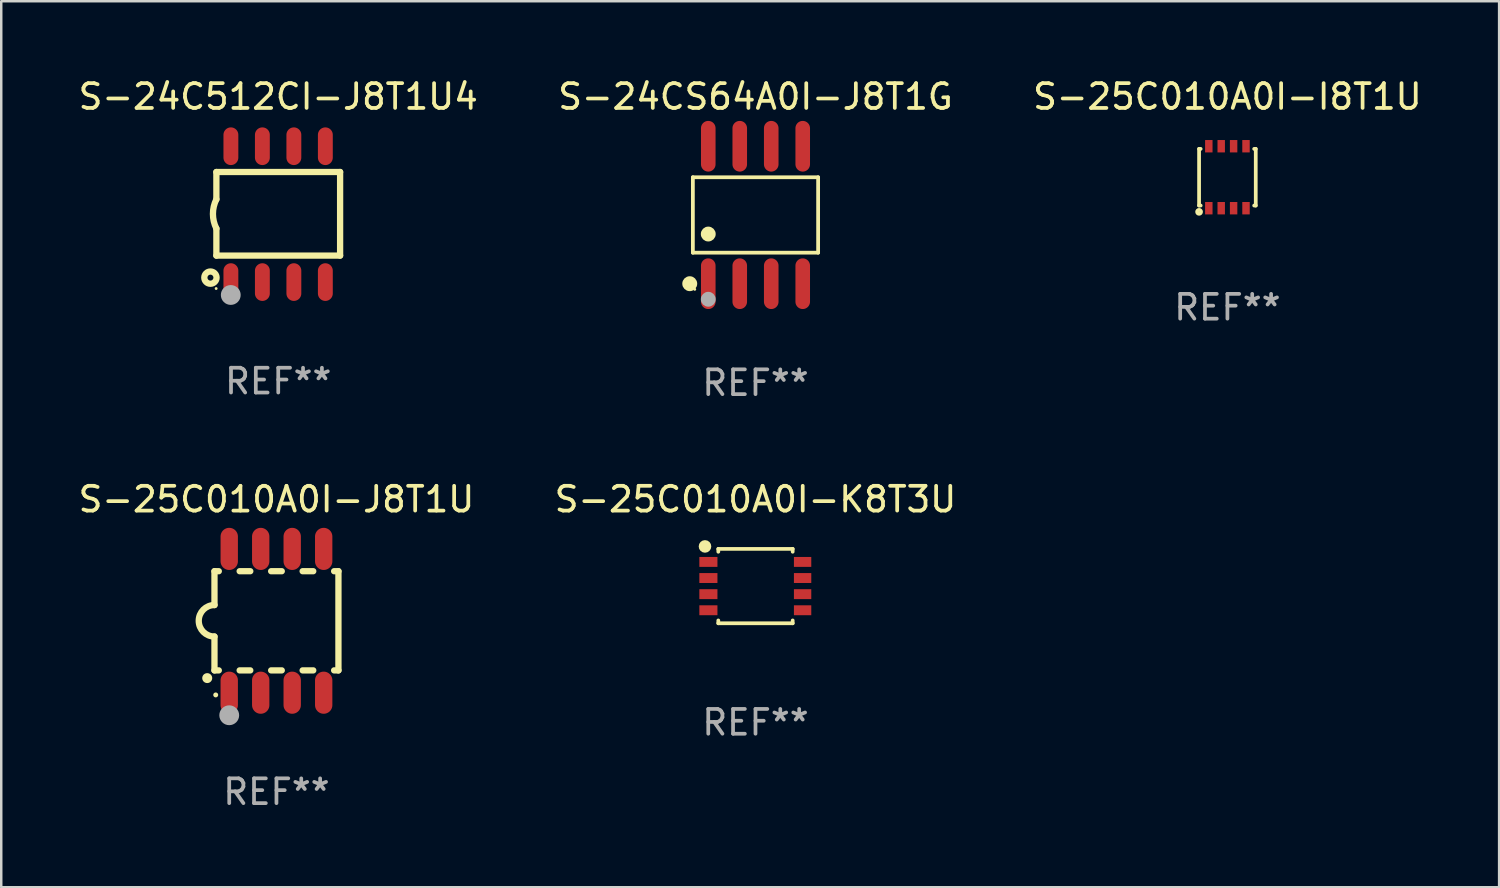
<source format=kicad_pcb>
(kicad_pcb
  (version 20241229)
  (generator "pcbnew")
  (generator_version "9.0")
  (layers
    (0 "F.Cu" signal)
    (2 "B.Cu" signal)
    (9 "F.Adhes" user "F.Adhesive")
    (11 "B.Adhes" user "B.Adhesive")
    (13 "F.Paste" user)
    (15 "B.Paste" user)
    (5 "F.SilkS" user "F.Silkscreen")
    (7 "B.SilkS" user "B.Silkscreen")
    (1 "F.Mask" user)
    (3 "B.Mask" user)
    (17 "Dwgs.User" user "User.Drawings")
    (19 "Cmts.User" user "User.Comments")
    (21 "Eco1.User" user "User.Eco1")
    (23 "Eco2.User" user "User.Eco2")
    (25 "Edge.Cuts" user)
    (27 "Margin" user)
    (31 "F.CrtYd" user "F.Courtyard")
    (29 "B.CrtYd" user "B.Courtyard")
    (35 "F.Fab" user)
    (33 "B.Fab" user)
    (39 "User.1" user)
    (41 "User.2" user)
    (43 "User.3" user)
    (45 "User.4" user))
  (footprint "S-25C010A0I-K8T3U"
    (layer "F.Cu")
    (at 27.423 20.59)
    (property "Reference" "S-25C010A0I-K8T3U" (at 0 -3.5 0) (layer "F.SilkS") (effects (font (size 1 1) (thickness 0.15))))
    (attr through_hole)
    (fp_line (start -1.5 -1.5) (end 1.5 -1.5) (stroke (width 0.15) (type solid)) (layer "F.SilkS"))
    (fp_line (start -1.5 -1.385) (end -1.5 -1.5) (stroke (width 0.15) (type solid)) (layer "F.SilkS"))
    (fp_line (start -1.5 1.5) (end -1.5 1.385) (stroke (width 0.15) (type solid)) (layer "F.SilkS"))
    (fp_line (start 1.5 -1.5) (end 1.5 -1.385) (stroke (width 0.15) (type solid)) (layer "F.SilkS"))
    (fp_line (start 1.5 1.385) (end 1.5 1.5) (stroke (width 0.15) (type solid)) (layer "F.SilkS"))
    (fp_line (start 1.5 1.5) (end -1.5 1.5) (stroke (width 0.15) (type solid)) (layer "F.SilkS"))
    (fp_circle (center -2.037 -1.6) (end -1.91 -1.6) (stroke (width 0.254) (type solid)) (fill no) (layer "F.SilkS"))
    (fp_text user "REF**" (at 0 5.5 0) (layer "F.Fab") (effects (font (size 1 1) (thickness 0.15))))
    (pad "1" smd rect (at -1.9 -0.975 180) (size 0.73 0.4) (layers "F.Cu" "F.Mask" "F.Paste"))
    (pad "2" smd rect (at -1.9 -0.325 180) (size 0.73 0.4) (layers "F.Cu" "F.Mask" "F.Paste"))
    (pad "3" smd rect (at -1.9 0.325 180) (size 0.73 0.4) (layers "F.Cu" "F.Mask" "F.Paste"))
    (pad "4" smd rect (at -1.9 0.975 180) (size 0.73 0.4) (layers "F.Cu" "F.Mask" "F.Paste"))
    (pad "5" smd rect (at 1.9 0.975 180) (size 0.7 0.4) (layers "F.Cu" "F.Mask" "F.Paste"))
    (pad "6" smd rect (at 1.9 0.325 180) (size 0.7 0.4) (layers "F.Cu" "F.Mask" "F.Paste"))
    (pad "7" smd rect (at 1.9 -0.325 180) (size 0.7 0.4) (layers "F.Cu" "F.Mask" "F.Paste"))
    (pad "8" smd rect (at 1.9 -0.975 180) (size 0.7 0.4) (layers "F.Cu" "F.Mask" "F.Paste")))
  (footprint "S-24CS64A0I-J8T1G"
    (layer "F.Cu")
    (at 27.423 5.621)
    (property "Reference" "S-24CS64A0I-J8T1G" (at 0 -4.772 0) (layer "F.SilkS") (effects (font (size 1 1) (thickness 0.15))))
    (attr through_hole)
    (fp_line (start -2.526 -1.521) (end 2.526 -1.521) (stroke (width 0.152) (type solid)) (layer "F.SilkS"))
    (fp_line (start -2.526 1.521) (end -2.526 -1.521) (stroke (width 0.152) (type solid)) (layer "F.SilkS"))
    (fp_line (start 2.526 -1.521) (end 2.526 1.521) (stroke (width 0.152) (type solid)) (layer "F.SilkS"))
    (fp_line (start 2.526 1.521) (end -2.526 1.521) (stroke (width 0.152) (type solid)) (layer "F.SilkS"))
    (fp_circle (center -2.652 2.772) (end -2.501 2.772) (stroke (width 0.3) (type solid)) (fill no) (layer "F.SilkS"))
    (fp_circle (center -2.45 3) (end -2.42 3) (stroke (width 0.06) (type solid)) (fill no) (layer "F.SilkS"))
    (fp_circle (center -1.905 0.769) (end -1.755 0.769) (stroke (width 0.3) (type solid)) (fill no) (layer "F.SilkS"))
    (fp_circle (center -1.905 3.4) (end -1.755 3.4) (stroke (width 0.3) (type solid)) (fill no) (layer "F.Fab"))
    (fp_text user "REF**" (at 0 6.772 0) (layer "F.Fab") (effects (font (size 1 1) (thickness 0.15))))
    (pad "1" smd oval (at -1.905 2.772) (size 0.588 2.045) (layers "F.Cu" "F.Mask" "F.Paste"))
    (pad "2" smd oval (at -0.635 2.772) (size 0.588 2.045) (layers "F.Cu" "F.Mask" "F.Paste"))
    (pad "3" smd oval (at 0.635 2.772) (size 0.588 2.045) (layers "F.Cu" "F.Mask" "F.Paste"))
    (pad "4" smd oval (at 1.905 2.772) (size 0.588 2.045) (layers "F.Cu" "F.Mask" "F.Paste"))
    (pad "5" smd oval (at 1.905 -2.772) (size 0.588 2.045) (layers "F.Cu" "F.Mask" "F.Paste"))
    (pad "6" smd oval (at 0.635 -2.772) (size 0.588 2.045) (layers "F.Cu" "F.Mask" "F.Paste"))
    (pad "7" smd oval (at -0.635 -2.772) (size 0.588 2.045) (layers "F.Cu" "F.Mask" "F.Paste"))
    (pad "8" smd oval (at -1.905 -2.772) (size 0.588 2.045) (layers "F.Cu" "F.Mask" "F.Paste")))
  (footprint "S-25C010A0I-J8T1U"
    (layer "F.Cu")
    (at 8.101 21.99)
    (property "Reference" "S-25C010A0I-J8T1U" (at 0 -4.9 0) (layer "F.SilkS") (effects (font (size 1 1) (thickness 0.15))))
    (attr through_hole)
    (fp_line (start -2.5 -2) (end -2.5 -0.635) (stroke (width 0.254) (type solid)) (layer "F.SilkS"))
    (fp_line (start -2.5 -2) (end -2.326 -2) (stroke (width 0.254) (type solid)) (layer "F.SilkS"))
    (fp_line (start -2.5 2) (end -2.5 0.635) (stroke (width 0.254) (type solid)) (layer "F.SilkS"))
    (fp_line (start -2.5 2) (end -2.326 2) (stroke (width 0.254) (type solid)) (layer "F.SilkS"))
    (fp_line (start -1.484 -2) (end -1.056 -2) (stroke (width 0.254) (type solid)) (layer "F.SilkS"))
    (fp_line (start -1.484 2) (end -1.056 2) (stroke (width 0.254) (type solid)) (layer "F.SilkS"))
    (fp_line (start -0.214 -2) (end 0.214 -2) (stroke (width 0.254) (type solid)) (layer "F.SilkS"))
    (fp_line (start -0.214 2) (end 0.214 2) (stroke (width 0.254) (type solid)) (layer "F.SilkS"))
    (fp_line (start 1.056 -2) (end 1.484 -2) (stroke (width 0.254) (type solid)) (layer "F.SilkS"))
    (fp_line (start 1.056 2) (end 1.484 2) (stroke (width 0.254) (type solid)) (layer "F.SilkS"))
    (fp_line (start 2.326 -2) (end 2.5 -2) (stroke (width 0.254) (type solid)) (layer "F.SilkS"))
    (fp_line (start 2.326 2) (end 2.5 2) (stroke (width 0.254) (type solid)) (layer "F.SilkS"))
    (fp_line (start 2.5 -2) (end 2.5 2) (stroke (width 0.254) (type solid)) (layer "F.SilkS"))
    (fp_arc (start -2.794006 2.311405) (mid -2.792736 2.311401) (end -2.791466 2.311405) (stroke (width 0.4) (type solid)) (layer "F.SilkS"))
    (fp_arc (start -2.5 0.635001) (mid -3.134366 -0.000318) (end -2.499365 -0.635001) (stroke (width 0.254001) (type solid)) (layer "F.SilkS"))
    (fp_circle (center -2.45 2.99) (end -2.4 2.99) (stroke (width 0.1) (type solid)) (fill no) (layer "F.SilkS"))
    (fp_circle (center -1.905 3.81) (end -1.705 3.81) (stroke (width 0.4) (type solid)) (fill no) (layer "F.Fab"))
    (fp_text user "REF**" (at 0 6.9 0) (layer "F.Fab") (effects (font (size 1 1) (thickness 0.15))))
    (pad "1" smd oval (at -1.905 2.9 180) (size 0.7 1.7) (layers "F.Cu" "F.Mask" "F.Paste"))
    (pad "2" smd oval (at -0.635 2.9 180) (size 0.7 1.7) (layers "F.Cu" "F.Mask" "F.Paste"))
    (pad "3" smd oval (at 0.635 2.9 180) (size 0.7 1.7) (layers "F.Cu" "F.Mask" "F.Paste"))
    (pad "4" smd oval (at 1.905 2.9 180) (size 0.7 1.7) (layers "F.Cu" "F.Mask" "F.Paste"))
    (pad "5" smd oval (at 1.905 -2.9 180) (size 0.7 1.7) (layers "F.Cu" "F.Mask" "F.Paste"))
    (pad "6" smd oval (at 0.635 -2.9 180) (size 0.7 1.7) (layers "F.Cu" "F.Mask" "F.Paste"))
    (pad "7" smd oval (at -0.635 -2.9 180) (size 0.7 1.7) (layers "F.Cu" "F.Mask" "F.Paste"))
    (pad "8" smd oval (at -1.905 -2.9 180) (size 0.7 1.7) (layers "F.Cu" "F.Mask" "F.Paste")))
  (footprint "S-24C512CI-J8T1U4"
    (layer "F.Cu")
    (at 8.173 5.588)
    (property "Reference" "S-24C512CI-J8T1U4" (at 0 -4.74 0) (layer "F.SilkS") (effects (font (size 1 1) (thickness 0.15))))
    (attr through_hole)
    (fp_line (start -2.495 -1.7) (end 2.495 -1.7) (stroke (width 0.254) (type solid)) (layer "F.SilkS"))
    (fp_line (start -2.495 -0.6) (end -2.495 -1.7) (stroke (width 0.254) (type solid)) (layer "F.SilkS"))
    (fp_line (start -2.495 1.671) (end -2.495 0.58) (stroke (width 0.254) (type solid)) (layer "F.SilkS"))
    (fp_line (start 2.495 -1.7) (end 2.495 1.671) (stroke (width 0.254) (type solid)) (layer "F.SilkS"))
    (fp_line (start 2.495 1.671) (end -2.495 1.671) (stroke (width 0.254) (type solid)) (layer "F.SilkS"))
    (fp_arc (start -2.495009 0.58001) (mid -2.634112 -0.009995) (end -2.495009 -0.6) (stroke (width 0.254001) (type solid)) (layer "F.SilkS"))
    (fp_circle (center -2.735 2.56) (end -2.615 2.56) (stroke (width 0.254) (type solid)) (fill no) (layer "F.SilkS"))
    (fp_circle (center -2.505 3) (end -2.475 3) (stroke (width 0.06) (type solid)) (fill no) (layer "F.SilkS"))
    (fp_circle (center -1.915 3.26) (end -1.715 3.26) (stroke (width 0.4) (type solid)) (fill no) (layer "F.Fab"))
    (fp_text user "REF**" (at 0 6.74 0) (layer "F.Fab") (effects (font (size 1 1) (thickness 0.15))))
    (pad "1" smd oval (at -1.91 2.74) (size 0.6 1.52) (layers "F.Cu" "F.Mask" "F.Paste"))
    (pad "2" smd oval (at -0.64 2.74) (size 0.6 1.52) (layers "F.Cu" "F.Mask" "F.Paste"))
    (pad "3" smd oval (at 0.63 2.74) (size 0.6 1.52) (layers "F.Cu" "F.Mask" "F.Paste"))
    (pad "4" smd oval (at 1.9 2.74) (size 0.6 1.52) (layers "F.Cu" "F.Mask" "F.Paste"))
    (pad "5" smd oval (at 1.9 -2.74) (size 0.6 1.52) (layers "F.Cu" "F.Mask" "F.Paste"))
    (pad "6" smd oval (at 0.63 -2.74) (size 0.6 1.52) (layers "F.Cu" "F.Mask" "F.Paste"))
    (pad "7" smd oval (at -0.64 -2.74) (size 0.6 1.52) (layers "F.Cu" "F.Mask" "F.Paste"))
    (pad "8" smd oval (at -1.91 -2.74) (size 0.6 1.52) (layers "F.Cu" "F.Mask" "F.Paste")))
  (footprint "S-25C010A0I-I8T1U"
    (layer "F.Cu")
    (at 46.458 4.098)
    (property "Reference" "S-25C010A0I-I8T1U" (at 0 -3.25 0) (layer "F.SilkS") (effects (font (size 1 1) (thickness 0.15))))
    (attr through_hole)
    (fp_line (start -1.143 -1.143) (end -1.143 1.143) (stroke (width 0.15) (type solid)) (layer "F.SilkS"))
    (fp_line (start -1.143 1.143) (end -1.079 1.143) (stroke (width 0.15) (type solid)) (layer "F.SilkS"))
    (fp_line (start -1.079 -1.143) (end -1.143 -1.143) (stroke (width 0.15) (type solid)) (layer "F.SilkS"))
    (fp_line (start 1.079 1.143) (end 1.143 1.143) (stroke (width 0.15) (type solid)) (layer "F.SilkS"))
    (fp_line (start 1.143 -1.143) (end 1.079 -1.143) (stroke (width 0.15) (type solid)) (layer "F.SilkS"))
    (fp_line (start 1.143 1.143) (end 1.143 -1.143) (stroke (width 0.15) (type solid)) (layer "F.SilkS"))
    (fp_circle (center -1.143 1.397) (end -1.063 1.397) (stroke (width 0.15) (type solid)) (fill no) (layer "F.SilkS"))
    (fp_text user "REF**" (at 0 5.25 0) (layer "F.Fab") (effects (font (size 1 1) (thickness 0.15))))
    (pad "1" smd rect (at -0.75 1.25) (size 0.3 0.5) (layers "F.Cu" "F.Mask" "F.Paste"))
    (pad "2" smd rect (at -0.25 1.25) (size 0.3 0.5) (layers "F.Cu" "F.Mask" "F.Paste"))
    (pad "3" smd rect (at 0.25 1.25) (size 0.3 0.5) (layers "F.Cu" "F.Mask" "F.Paste"))
    (pad "4" smd rect (at 0.75 1.25) (size 0.3 0.5) (layers "F.Cu" "F.Mask" "F.Paste"))
    (pad "5" smd rect (at 0.75 -1.25) (size 0.3 0.5) (layers "F.Cu" "F.Mask" "F.Paste"))
    (pad "6" smd rect (at 0.25 -1.25) (size 0.3 0.5) (layers "F.Cu" "F.Mask" "F.Paste"))
    (pad "7" smd rect (at -0.25 -1.25) (size 0.3 0.5) (layers "F.Cu" "F.Mask" "F.Paste"))
    (pad "8" smd rect (at -0.75 -1.25) (size 0.3 0.5) (layers "F.Cu" "F.Mask" "F.Paste")))
  (gr_rect
    (start -3 -3)
    (end 57.417 32.738)
    (stroke (width 0.1) (type default))
    (fill no)
    (layer "Edge.Cuts")))
</source>
